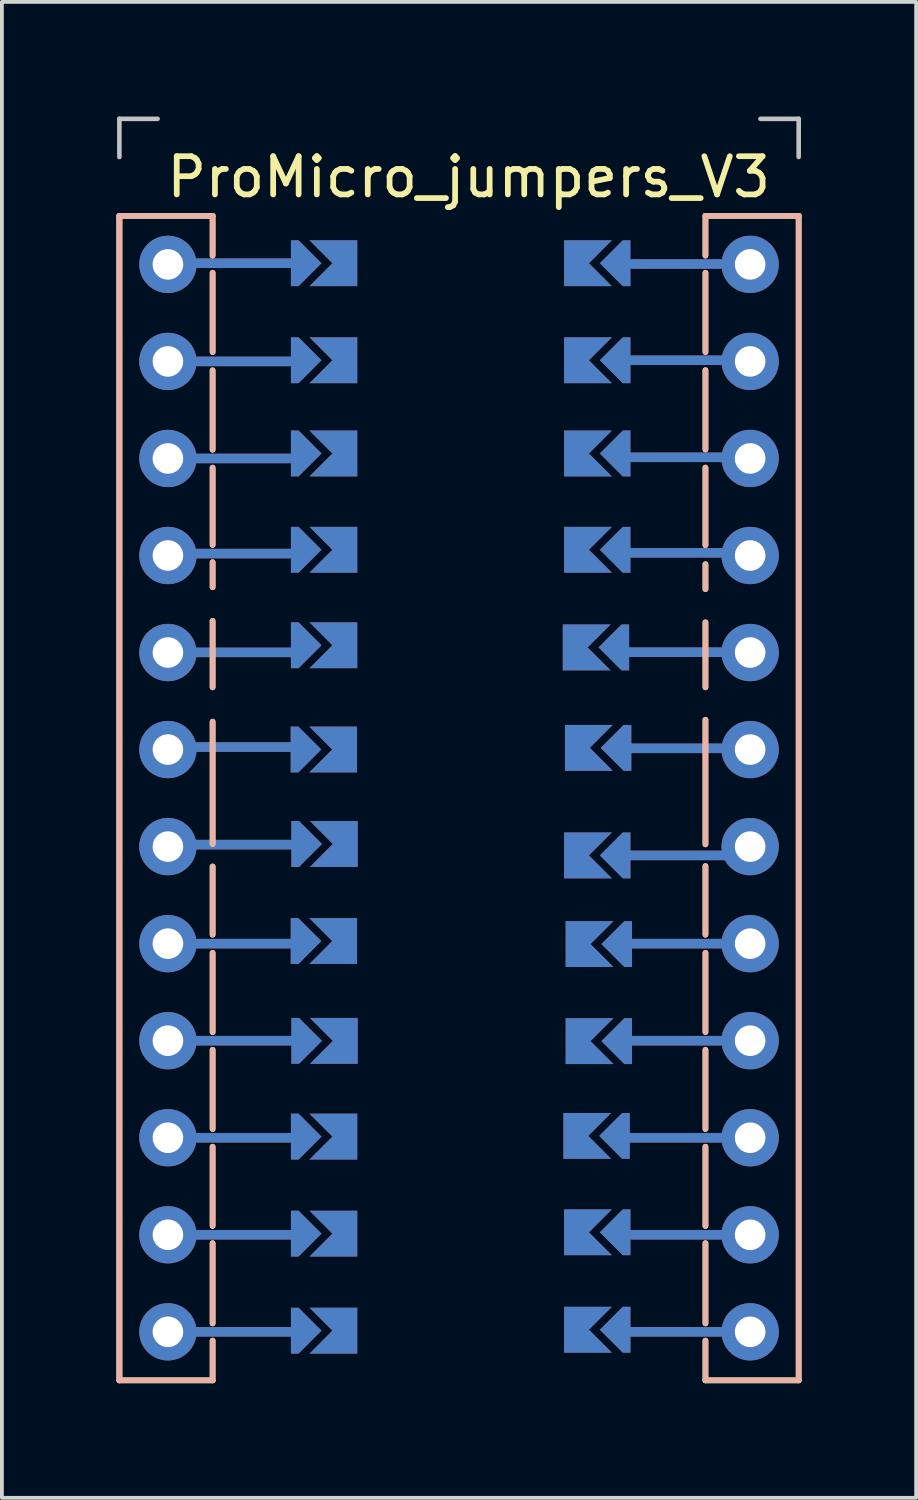
<source format=kicad_pcb>
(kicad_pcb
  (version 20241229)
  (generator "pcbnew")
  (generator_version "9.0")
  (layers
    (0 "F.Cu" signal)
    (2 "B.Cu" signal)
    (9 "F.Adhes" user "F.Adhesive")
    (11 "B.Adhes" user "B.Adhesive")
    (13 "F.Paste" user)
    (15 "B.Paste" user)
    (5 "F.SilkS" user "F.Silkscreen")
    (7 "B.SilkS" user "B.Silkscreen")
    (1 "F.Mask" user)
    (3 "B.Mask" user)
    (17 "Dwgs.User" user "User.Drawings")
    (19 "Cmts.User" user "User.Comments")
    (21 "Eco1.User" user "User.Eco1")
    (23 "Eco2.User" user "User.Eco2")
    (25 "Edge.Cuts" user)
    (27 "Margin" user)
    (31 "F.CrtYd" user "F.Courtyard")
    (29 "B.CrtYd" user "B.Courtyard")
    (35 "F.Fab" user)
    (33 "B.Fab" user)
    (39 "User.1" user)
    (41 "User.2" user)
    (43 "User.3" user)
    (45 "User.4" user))
  (footprint "ProMicro_jumpers_V3"
    (layer "F.Cu")
    (at 8.965 17.84)
    (property "Reference" "ProMicro_jumpers_V3" (at 0.254 -16.256 0) (layer "F.SilkS") (effects (font (size 1 1) (thickness 0.15))))
    (attr dnp)
    (fp_line (start -8.89 -15.24) (end -8.89 15.24) (stroke (width 0.15) (type solid)) (layer "F.SilkS"))
    (fp_line (start -8.89 -15.24) (end -6.45 -15.24) (stroke (width 0.15) (type solid)) (layer "F.SilkS"))
    (fp_line (start -6.45 -14.2) (end -6.45 -15.24) (stroke (width 0.15) (type solid)) (layer "F.SilkS"))
    (fp_line (start -6.45 -13.75) (end -6.45 -11.675) (stroke (width 0.15) (type solid)) (layer "F.SilkS"))
    (fp_line (start -6.45 -11.2) (end -6.45 -9.125) (stroke (width 0.15) (type solid)) (layer "F.SilkS"))
    (fp_line (start -6.45 -8.65) (end -6.45 -6.625) (stroke (width 0.15) (type solid)) (layer "F.SilkS"))
    (fp_line (start -6.45 -6.175) (end -6.45 -5.52) (stroke (width 0.15) (type solid)) (layer "F.SilkS"))
    (fp_line (start -6.45 -4.64) (end -6.45 -2.9) (stroke (width 0.15) (type solid)) (layer "F.SilkS"))
    (fp_line (start -6.45 -2) (end -6.45 1.2) (stroke (width 0.15) (type solid)) (layer "F.SilkS"))
    (fp_line (start -6.45 1.79) (end -6.45 3.575) (stroke (width 0.15) (type solid)) (layer "F.SilkS"))
    (fp_line (start -6.45 4.05) (end -6.45 6.125) (stroke (width 0.15) (type solid)) (layer "F.SilkS"))
    (fp_line (start -6.45 6.588) (end -6.45 8.662) (stroke (width 0.15) (type solid)) (layer "F.SilkS"))
    (fp_line (start -6.45 9.125) (end -6.45 11.2) (stroke (width 0.15) (type solid)) (layer "F.SilkS"))
    (fp_line (start -6.45 11.65) (end -6.45 13.75) (stroke (width 0.15) (type solid)) (layer "F.SilkS"))
    (fp_line (start -6.45 14.2) (end -6.45 15.24) (stroke (width 0.15) (type solid)) (layer "F.SilkS"))
    (fp_line (start -6.45 15.24) (end -8.89 15.24) (stroke (width 0.15) (type solid)) (layer "F.SilkS"))
    (fp_line (start 6.45 -15.24) (end 8.89 -15.24) (stroke (width 0.15) (type solid)) (layer "F.SilkS"))
    (fp_line (start 6.45 -14.2) (end 6.45 -15.24) (stroke (width 0.15) (type solid)) (layer "F.SilkS"))
    (fp_line (start 6.45 -13.75) (end 6.45 -11.675) (stroke (width 0.15) (type solid)) (layer "F.SilkS"))
    (fp_line (start 6.45 -11.2) (end 6.45 -9.125) (stroke (width 0.15) (type solid)) (layer "F.SilkS"))
    (fp_line (start 6.45 -8.65) (end 6.45 -6.62) (stroke (width 0.15) (type solid)) (layer "F.SilkS"))
    (fp_line (start 6.45 -6.125) (end 6.45 -5.47) (stroke (width 0.15) (type solid)) (layer "F.SilkS"))
    (fp_line (start 6.45 -4.6) (end 6.45 -2.9) (stroke (width 0.15) (type solid)) (layer "F.SilkS"))
    (fp_line (start 6.45 -2.05) (end 6.45 1.21) (stroke (width 0.15) (type solid)) (layer "F.SilkS"))
    (fp_line (start 6.45 1.78) (end 6.45 3.575) (stroke (width 0.15) (type solid)) (layer "F.SilkS"))
    (fp_line (start 6.45 4.05) (end 6.45 6.125) (stroke (width 0.15) (type solid)) (layer "F.SilkS"))
    (fp_line (start 6.45 6.588) (end 6.45 8.662) (stroke (width 0.15) (type solid)) (layer "F.SilkS"))
    (fp_line (start 6.45 9.125) (end 6.45 11.2) (stroke (width 0.15) (type solid)) (layer "F.SilkS"))
    (fp_line (start 6.45 11.65) (end 6.45 13.75) (stroke (width 0.15) (type solid)) (layer "F.SilkS"))
    (fp_line (start 6.45 14.2) (end 6.45 15.24) (stroke (width 0.15) (type solid)) (layer "F.SilkS"))
    (fp_line (start 6.45 15.24) (end 8.89 15.24) (stroke (width 0.15) (type solid)) (layer "F.SilkS"))
    (fp_line (start 8.89 -15.24) (end 8.89 15.24) (stroke (width 0.15) (type solid)) (layer "F.SilkS"))
    (fp_line (start -8.89 -15.24) (end -8.89 15.24) (stroke (width 0.15) (type solid)) (layer "B.SilkS"))
    (fp_line (start -8.89 -15.24) (end -8.89 15.24) (stroke (width 0.15) (type solid)) (layer "B.SilkS"))
    (fp_line (start -8.89 -15.24) (end -6.45 -15.24) (stroke (width 0.15) (type solid)) (layer "B.SilkS"))
    (fp_line (start -6.45 -14.2) (end -6.45 -15.24) (stroke (width 0.15) (type solid)) (layer "B.SilkS"))
    (fp_line (start -6.45 -13.75) (end -6.45 -11.675) (stroke (width 0.15) (type solid)) (layer "B.SilkS"))
    (fp_line (start -6.45 -11.19) (end -6.45 -9.115) (stroke (width 0.15) (type solid)) (layer "B.SilkS"))
    (fp_line (start -6.45 -8.65) (end -6.45 -6.63) (stroke (width 0.15) (type solid)) (layer "B.SilkS"))
    (fp_line (start -6.45 -6.175) (end -6.45 -5.52) (stroke (width 0.15) (type solid)) (layer "B.SilkS"))
    (fp_line (start -6.45 -4.64) (end -6.45 -2.9) (stroke (width 0.15) (type solid)) (layer "B.SilkS"))
    (fp_line (start -6.45 -2) (end -6.45 1.2) (stroke (width 0.15) (type solid)) (layer "B.SilkS"))
    (fp_line (start -6.45 1.79) (end -6.45 3.575) (stroke (width 0.15) (type solid)) (layer "B.SilkS"))
    (fp_line (start -6.45 4.05) (end -6.45 6.125) (stroke (width 0.15) (type solid)) (layer "B.SilkS"))
    (fp_line (start -6.45 6.588) (end -6.45 8.662) (stroke (width 0.15) (type solid)) (layer "B.SilkS"))
    (fp_line (start -6.45 9.125) (end -6.45 11.2) (stroke (width 0.15) (type solid)) (layer "B.SilkS"))
    (fp_line (start -6.45 11.65) (end -6.45 13.75) (stroke (width 0.15) (type solid)) (layer "B.SilkS"))
    (fp_line (start -6.45 14.2) (end -6.45 15.24) (stroke (width 0.15) (type solid)) (layer "B.SilkS"))
    (fp_line (start -6.45 15.24) (end -8.89 15.24) (stroke (width 0.15) (type solid)) (layer "B.SilkS"))
    (fp_line (start 6.45 -15.24) (end 8.89 -15.24) (stroke (width 0.15) (type solid)) (layer "B.SilkS"))
    (fp_line (start 6.45 -14.2) (end 6.45 -15.24) (stroke (width 0.15) (type solid)) (layer "B.SilkS"))
    (fp_line (start 6.45 -13.75) (end 6.45 -11.675) (stroke (width 0.15) (type solid)) (layer "B.SilkS"))
    (fp_line (start 6.45 -11.2) (end 6.45 -9.125) (stroke (width 0.15) (type solid)) (layer "B.SilkS"))
    (fp_line (start 6.45 -8.65) (end 6.45 -6.62) (stroke (width 0.15) (type solid)) (layer "B.SilkS"))
    (fp_line (start 6.45 -6.115) (end 6.45 -5.47) (stroke (width 0.15) (type solid)) (layer "B.SilkS"))
    (fp_line (start 6.45 -4.6) (end 6.45 -2.9) (stroke (width 0.15) (type solid)) (layer "B.SilkS"))
    (fp_line (start 6.45 -2.05) (end 6.45 1.21) (stroke (width 0.15) (type solid)) (layer "B.SilkS"))
    (fp_line (start 6.45 1.78) (end 6.45 3.575) (stroke (width 0.15) (type solid)) (layer "B.SilkS"))
    (fp_line (start 6.45 4.05) (end 6.45 6.125) (stroke (width 0.15) (type solid)) (layer "B.SilkS"))
    (fp_line (start 6.45 6.588) (end 6.45 8.662) (stroke (width 0.15) (type solid)) (layer "B.SilkS"))
    (fp_line (start 6.45 9.125) (end 6.45 11.2) (stroke (width 0.15) (type solid)) (layer "B.SilkS"))
    (fp_line (start 6.45 11.65) (end 6.45 13.75) (stroke (width 0.15) (type solid)) (layer "B.SilkS"))
    (fp_line (start 6.45 14.2) (end 6.45 15.24) (stroke (width 0.15) (type solid)) (layer "B.SilkS"))
    (fp_line (start 6.45 15.24) (end 8.89 15.24) (stroke (width 0.15) (type solid)) (layer "B.SilkS"))
    (fp_line (start 8.89 -15.24) (end 8.89 15.24) (stroke (width 0.15) (type solid)) (layer "B.SilkS"))
    (fp_line (start -8.89 -17.78) (end -8.89 -16.78) (stroke (width 0.12) (type solid)) (layer "Dwgs.User"))
    (fp_line (start -8.89 -17.78) (end -7.89 -17.78) (stroke (width 0.12) (type solid)) (layer "Dwgs.User"))
    (fp_line (start 8.89 -17.78) (end 7.89 -17.78) (stroke (width 0.12) (type solid)) (layer "Dwgs.User"))
    (fp_line (start 8.89 -17.78) (end 8.89 -16.78) (stroke (width 0.12) (type solid)) (layer "Dwgs.User"))
    (pad "0" smd custom (at 3 -14 270) (size 1.2 0.5) (layers "B.Cu" "B.Mask") (options (anchor rect)) (primitives (gr_poly (pts (xy 0.6 0) (xy -0.6 0) (xy -0.6 -1) (xy 0 -0.4) (xy 0.6 -1)) (width 0) (fill yes))))
    (pad "1" smd custom (at -2.914 -11.46 90) (size 1.2 0.5) (layers "F.Cu" "F.Mask") (options (anchor rect)) (primitives (gr_poly (pts (xy 0.6 0) (xy -0.6 0) (xy -0.6 -1) (xy 0 -0.4) (xy 0.6 -1)) (width 0) (fill yes))))
    (pad "1" smd custom (at 3 -11.46 270) (size 1.2 0.5) (layers "B.Cu" "B.Mask") (options (anchor rect)) (primitives (gr_poly (pts (xy 0.6 0) (xy -0.6 0) (xy -0.6 -1) (xy 0 -0.4) (xy 0.6 -1)) (width 0) (fill yes))))
    (pad "2" smd custom (at -2.914 -4 90) (size 1.2 0.5) (layers "F.Cu" "F.Mask") (options (anchor rect)) (primitives (gr_poly (pts (xy 0.6 0) (xy -0.6 0) (xy -0.6 -1) (xy 0 -0.4) (xy 0.6 -1)) (width 0) (fill yes))))
    (pad "2" smd custom (at 2.966 -3.944 270) (size 1.2 0.5) (layers "B.Cu" "B.Mask") (options (anchor rect)) (primitives (gr_poly (pts (xy 0.6 0) (xy -0.6 0) (xy -0.6 -1) (xy 0 -0.4) (xy 0.6 -1)) (width 0) (fill yes))))
    (pad "3" smd custom (at -2.92 -1.272 90) (size 1.2 0.5) (layers "F.Cu" "F.Mask") (options (anchor rect)) (primitives (gr_poly (pts (xy 0.6 0) (xy -0.6 0) (xy -0.6 -1) (xy 0 -0.4) (xy 0.6 -1)) (width 0) (fill yes))))
    (pad "3" smd custom (at 3.023 -1.315 270) (size 1.2 0.5) (layers "B.Cu" "B.Mask") (options (anchor rect)) (primitives (gr_poly (pts (xy 0.6 0) (xy -0.6 0) (xy -0.6 -1) (xy 0 -0.4) (xy 0.6 -1)) (width 0) (fill yes))))
    (pad "3V3" smd custom (at -2.914 -6.5 90) (size 1.2 0.5) (layers "B.Cu" "B.Mask") (options (anchor rect)) (primitives (gr_poly (pts (xy 0.6 0) (xy -0.6 0) (xy -0.6 -1) (xy 0 -0.4) (xy 0.6 -1)) (width 0) (fill yes))))
    (pad "3V3" smd custom (at 3 -6.5 270) (size 1.2 0.5) (layers "F.Cu" "F.Mask") (options (anchor rect)) (primitives (gr_poly (pts (xy 0.6 0) (xy -0.6 0) (xy -0.6 -1) (xy 0 -0.4) (xy 0.6 -1)) (width 0) (fill yes))))
    (pad "4" smd custom (at -2.902 1.201 90) (size 1.2 0.5) (layers "F.Cu" "F.Mask") (options (anchor rect)) (primitives (gr_poly (pts (xy 0.6 0) (xy -0.6 0) (xy -0.6 -1) (xy 0 -0.4) (xy 0.6 -1)) (width 0) (fill yes))))
    (pad "4" smd custom (at 3 1.5 270) (size 1.2 0.5) (layers "B.Cu" "B.Mask") (options (anchor rect)) (primitives (gr_poly (pts (xy 0.6 0) (xy -0.6 0) (xy -0.6 -1) (xy 0 -0.4) (xy 0.6 -1)) (width 0) (fill yes))))
    (pad "5" smd custom (at -2.919 3.742 90) (size 1.2 0.5) (layers "F.Cu" "F.Mask") (options (anchor rect)) (primitives (gr_poly (pts (xy 0.6 0) (xy -0.6 0) (xy -0.6 -1) (xy 0 -0.4) (xy 0.6 -1)) (width 0) (fill yes))))
    (pad "5" smd custom (at 3.041 3.821 270) (size 1.2 0.5) (layers "B.Cu" "B.Mask") (options (anchor rect)) (primitives (gr_poly (pts (xy 0.6 0) (xy -0.6 0) (xy -0.6 -1) (xy 0 -0.4) (xy 0.6 -1)) (width 0) (fill yes))))
    (pad "5V" smd custom (at -2.914 -14 90) (size 1.2 0.5) (layers "B.Cu" "B.Mask") (options (anchor rect)) (primitives (gr_poly (pts (xy 0.6 0) (xy -0.6 0) (xy -0.6 -1) (xy 0 -0.4) (xy 0.6 -1)) (width 0) (fill yes))))
    (pad "5V" smd custom (at 3 -14 270) (size 1.2 0.5) (layers "F.Cu" "F.Mask") (options (anchor rect)) (primitives (gr_poly (pts (xy 0.6 0) (xy -0.6 0) (xy -0.6 -1) (xy 0 -0.4) (xy 0.6 -1)) (width 0) (fill yes))))
    (pad "6" smd custom (at -2.902 6.355 90) (size 1.2 0.5) (layers "F.Cu" "F.Mask") (options (anchor rect)) (primitives (gr_poly (pts (xy 0.6 0) (xy -0.6 0) (xy -0.6 -1) (xy 0 -0.4) (xy 0.6 -1)) (width 0) (fill yes))))
    (pad "6" smd custom (at 3.041 6.361 270) (size 1.2 0.5) (layers "B.Cu" "B.Mask") (options (anchor rect)) (primitives (gr_poly (pts (xy 0.6 0) (xy -0.6 0) (xy -0.6 -1) (xy 0 -0.4) (xy 0.6 -1)) (width 0) (fill yes))))
    (pad "7" smd custom (at -2.914 8.86 90) (size 1.2 0.5) (layers "F.Cu" "F.Mask") (options (anchor rect)) (primitives (gr_poly (pts (xy 0.6 0) (xy -0.6 0) (xy -0.6 -1) (xy 0 -0.4) (xy 0.6 -1)) (width 0) (fill yes))))
    (pad "7" smd custom (at 2.983 8.842 270) (size 1.2 0.5) (layers "B.Cu" "B.Mask") (options (anchor rect)) (primitives (gr_poly (pts (xy 0.6 0) (xy -0.6 0) (xy -0.6 -1) (xy 0 -0.4) (xy 0.6 -1)) (width 0) (fill yes))))
    (pad "8" smd custom (at -2.914 11.4 90) (size 1.2 0.5) (layers "F.Cu" "F.Mask") (options (anchor rect)) (primitives (gr_poly (pts (xy 0.6 0) (xy -0.6 0) (xy -0.6 -1) (xy 0 -0.4) (xy 0.6 -1)) (width 0) (fill yes))))
    (pad "8" smd custom (at 3 11.365 270) (size 1.2 0.5) (layers "B.Cu" "B.Mask") (options (anchor rect)) (primitives (gr_poly (pts (xy 0.6 0) (xy -0.6 0) (xy -0.6 -1) (xy 0 -0.4) (xy 0.6 -1)) (width 0) (fill yes))))
    (pad "9" smd custom (at -2.914 13.94 90) (size 1.2 0.5) (layers "F.Cu" "F.Mask") (options (anchor rect)) (primitives (gr_poly (pts (xy 0.6 0) (xy -0.6 0) (xy -0.6 -1) (xy 0 -0.4) (xy 0.6 -1)) (width 0) (fill yes))))
    (pad "9" smd custom (at 3 13.915 270) (size 1.2 0.5) (layers "B.Cu" "B.Mask") (options (anchor rect)) (primitives (gr_poly (pts (xy 0.6 0) (xy -0.6 0) (xy -0.6 -1) (xy 0 -0.4) (xy 0.6 -1)) (width 0) (fill yes))))
    (pad "20" smd custom (at -2.914 8.86 90) (size 1.2 0.5) (layers "B.Cu" "B.Mask") (options (anchor rect)) (primitives (gr_poly (pts (xy 0.6 0) (xy -0.6 0) (xy -0.6 -1) (xy 0 -0.4) (xy 0.6 -1)) (width 0) (fill yes))))
    (pad "20" smd custom (at 2.983 8.842 270) (size 1.2 0.5) (layers "F.Cu" "F.Mask") (options (anchor rect)) (primitives (gr_poly (pts (xy 0.6 0) (xy -0.6 0) (xy -0.6 -1) (xy 0 -0.4) (xy 0.6 -1)) (width 0) (fill yes))))
    (pad "21" smd custom (at -2.914 13.94 90) (size 1.2 0.5) (layers "B.Cu" "B.Mask") (options (anchor rect)) (primitives (gr_poly (pts (xy 0.6 0) (xy -0.6 0) (xy -0.6 -1) (xy 0 -0.4) (xy 0.6 -1)) (width 0) (fill yes))))
    (pad "21" smd custom (at 3 13.915 270) (size 1.2 0.5) (layers "F.Cu" "F.Mask") (options (anchor rect)) (primitives (gr_poly (pts (xy 0.6 0) (xy -0.6 0) (xy -0.6 -1) (xy 0 -0.4) (xy 0.6 -1)) (width 0) (fill yes))))
    (pad "22" smd custom (at -2.902 6.355 90) (size 1.2 0.5) (layers "B.Cu" "B.Mask") (options (anchor rect)) (primitives (gr_poly (pts (xy 0.6 0) (xy -0.6 0) (xy -0.6 -1) (xy 0 -0.4) (xy 0.6 -1)) (width 0) (fill yes))))
    (pad "22" smd custom (at 3.041 6.361 270) (size 1.2 0.5) (layers "F.Cu" "F.Mask") (options (anchor rect)) (primitives (gr_poly (pts (xy 0.6 0) (xy -0.6 0) (xy -0.6 -1) (xy 0 -0.4) (xy 0.6 -1)) (width 0) (fill yes))))
    (pad "23" smd custom (at -2.914 11.4 90) (size 1.2 0.5) (layers "B.Cu" "B.Mask") (options (anchor rect)) (primitives (gr_poly (pts (xy 0.6 0) (xy -0.6 0) (xy -0.6 -1) (xy 0 -0.4) (xy 0.6 -1)) (width 0) (fill yes))))
    (pad "23" smd custom (at 3 11.365 270) (size 1.2 0.5) (layers "F.Cu" "F.Mask") (options (anchor rect)) (primitives (gr_poly (pts (xy 0.6 0) (xy -0.6 0) (xy -0.6 -1) (xy 0 -0.4) (xy 0.6 -1)) (width 0) (fill yes))))
    (pad "26" smd custom (at -2.919 3.742 90) (size 1.2 0.5) (layers "B.Cu" "B.Mask") (options (anchor rect)) (primitives (gr_poly (pts (xy 0.6 0) (xy -0.6 0) (xy -0.6 -1) (xy 0 -0.4) (xy 0.6 -1)) (width 0) (fill yes))))
    (pad "26" smd custom (at 3.041 3.821 270) (size 1.2 0.5) (layers "F.Cu" "F.Mask") (options (anchor rect)) (primitives (gr_poly (pts (xy 0.6 0) (xy -0.6 0) (xy -0.6 -1) (xy 0 -0.4) (xy 0.6 -1)) (width 0) (fill yes))))
    (pad "27" smd custom (at -2.902 1.201 90) (size 1.2 0.5) (layers "B.Cu" "B.Mask") (options (anchor rect)) (primitives (gr_poly (pts (xy 0.6 0) (xy -0.6 0) (xy -0.6 -1) (xy 0 -0.4) (xy 0.6 -1)) (width 0) (fill yes))))
    (pad "27" smd custom (at 3 1.5 270) (size 1.2 0.5) (layers "F.Cu" "F.Mask") (options (anchor rect)) (primitives (gr_poly (pts (xy 0.6 0) (xy -0.6 0) (xy -0.6 -1) (xy 0 -0.4) (xy 0.6 -1)) (width 0) (fill yes))))
    (pad "28" smd custom (at -2.92 -1.272 90) (size 1.2 0.5) (layers "B.Cu" "B.Mask") (options (anchor rect)) (primitives (gr_poly (pts (xy 0.6 0) (xy -0.6 0) (xy -0.6 -1) (xy 0 -0.4) (xy 0.6 -1)) (width 0) (fill yes))))
    (pad "28" smd custom (at 3.023 -1.315 270) (size 1.2 0.5) (layers "F.Cu" "F.Mask") (options (anchor rect)) (primitives (gr_poly (pts (xy 0.6 0) (xy -0.6 0) (xy -0.6 -1) (xy 0 -0.4) (xy 0.6 -1)) (width 0) (fill yes))))
    (pad "29" smd custom (at -2.914 -4 90) (size 1.2 0.5) (layers "B.Cu" "B.Mask") (options (anchor rect)) (primitives (gr_poly (pts (xy 0.6 0) (xy -0.6 0) (xy -0.6 -1) (xy 0 -0.4) (xy 0.6 -1)) (width 0) (fill yes))))
    (pad "29" smd custom (at 2.966 -3.944 270) (size 1.2 0.5) (layers "F.Cu" "F.Mask") (options (anchor rect)) (primitives (gr_poly (pts (xy 0.6 0) (xy -0.6 0) (xy -0.6 -1) (xy 0 -0.4) (xy 0.6 -1)) (width 0) (fill yes))))
    (pad "99" smd custom (at -2.914 -14 90) (size 1.2 0.5) (layers "F.Cu" "F.Mask") (options (anchor rect)) (primitives (gr_poly (pts (xy 0.6 0) (xy -0.6 0) (xy -0.6 -1) (xy 0 -0.4) (xy 0.6 -1)) (width 0) (fill yes))))
    (pad "A" thru_hole circle (at -7.62 -13.97 270) (size 1.5 1.5) (drill 0.8) (layers "*.Cu" "*.Mask"))
    (pad "A" smd custom (at -5.5 -14 90) (size 0.25 3) (layers "F.Cu") (options (anchor rect)) (primitives))
    (pad "A" smd custom (at -5.5 -14 90) (size 0.25 3) (layers "B.Cu") (options (anchor rect)) (primitives))
    (pad "A" smd custom (at -4 -14 90) (size 0.1 0.1) (layers "F.Cu" "F.Mask") (options (anchor rect)) (primitives (gr_poly (pts (xy 0.6 -0.2) (xy 0 0.4) (xy -0.6 -0.2) (xy -0.6 -0.4) (xy 0.6 -0.4)) (width 0) (fill yes))))
    (pad "A" smd custom (at -4 -14 90) (size 0.1 0.1) (layers "B.Cu" "B.Mask") (options (anchor rect)) (primitives (gr_poly (pts (xy 0.6 -0.2) (xy 0 0.4) (xy -0.6 -0.2) (xy -0.6 -0.4) (xy 0.6 -0.4)) (width 0) (fill yes))))
    (pad "B" thru_hole circle (at -7.62 -11.43 270) (size 1.5 1.5) (drill 0.8) (layers "*.Cu" "*.Mask"))
    (pad "B" smd custom (at -5.5 -11.43 90) (size 0.25 3) (layers "F.Cu") (options (anchor rect)) (primitives))
    (pad "B" smd custom (at -5.5 -11.43 90) (size 0.25 3) (layers "B.Cu") (options (anchor rect)) (primitives))
    (pad "B" smd custom (at -4 -11.46 90) (size 0.1 0.1) (layers "F.Cu" "F.Mask") (options (anchor rect)) (primitives (gr_poly (pts (xy 0.6 -0.2) (xy 0 0.4) (xy -0.6 -0.2) (xy -0.6 -0.4) (xy 0.6 -0.4)) (width 0) (fill yes))))
    (pad "B" smd custom (at -4 -11.46 90) (size 0.1 0.1) (layers "B.Cu" "B.Mask") (options (anchor rect)) (primitives (gr_poly (pts (xy 0.6 -0.2) (xy 0 0.4) (xy -0.6 -0.2) (xy -0.6 -0.4) (xy 0.6 -0.4)) (width 0) (fill yes))))
    (pad "C" thru_hole circle (at -7.62 -8.89 270) (size 1.5 1.5) (drill 0.8) (layers "*.Cu" "*.Mask"))
    (pad "C" smd custom (at -5.5 -8.89 90) (size 0.25 3) (layers "F.Cu") (options (anchor rect)) (primitives))
    (pad "C" smd custom (at -5.5 -8.89 90) (size 0.25 3) (layers "B.Cu") (options (anchor rect)) (primitives))
    (pad "C" smd custom (at -4 -9.02 90) (size 0.1 0.1) (layers "F.Cu" "F.Mask") (options (anchor rect)) (primitives (gr_poly (pts (xy 0.6 -0.2) (xy 0 0.4) (xy -0.6 -0.2) (xy -0.6 -0.4) (xy 0.6 -0.4)) (width 0) (fill yes))))
    (pad "C" smd custom (at -4 -9.02 90) (size 0.1 0.1) (layers "B.Cu" "B.Mask") (options (anchor rect)) (primitives (gr_poly (pts (xy 0.6 -0.2) (xy 0 0.4) (xy -0.6 -0.2) (xy -0.6 -0.4) (xy 0.6 -0.4)) (width 0) (fill yes))))
    (pad "D" thru_hole circle (at -7.62 -6.35 270) (size 1.5 1.5) (drill 0.8) (layers "*.Cu" "*.Mask"))
    (pad "D" smd custom (at -5.5 -6.4 90) (size 0.25 3) (layers "F.Cu") (options (anchor rect)) (primitives))
    (pad "D" smd custom (at -5.5 -6.4 90) (size 0.25 3) (layers "B.Cu") (options (anchor rect)) (primitives))
    (pad "D" smd custom (at -4 -6.5 90) (size 0.1 0.1) (layers "F.Cu" "F.Mask") (options (anchor rect)) (primitives (gr_poly (pts (xy 0.6 -0.2) (xy 0 0.4) (xy -0.6 -0.2) (xy -0.6 -0.4) (xy 0.6 -0.4)) (width 0) (fill yes))))
    (pad "D" smd custom (at -4 -6.5 90) (size 0.1 0.1) (layers "B.Cu" "B.Mask") (options (anchor rect)) (primitives (gr_poly (pts (xy 0.6 -0.2) (xy 0 0.4) (xy -0.6 -0.2) (xy -0.6 -0.4) (xy 0.6 -0.4)) (width 0) (fill yes))))
    (pad "E" thru_hole circle (at -7.62 -3.81 270) (size 1.5 1.5) (drill 0.8) (layers "*.Cu" "*.Mask"))
    (pad "E" smd custom (at -5.674 -3.814 90) (size 0.25 3) (layers "F.Cu") (options (anchor rect)) (primitives))
    (pad "E" smd custom (at -5.674 -3.814 90) (size 0.25 3) (layers "B.Cu") (options (anchor rect)) (primitives))
    (pad "E" smd custom (at -4 -4 90) (size 0.1 0.1) (layers "F.Cu" "F.Mask") (options (anchor rect)) (primitives (gr_poly (pts (xy 0.6 -0.2) (xy 0 0.4) (xy -0.6 -0.2) (xy -0.6 -0.4) (xy 0.6 -0.4)) (width 0) (fill yes))))
    (pad "E" smd custom (at -4 -4 90) (size 0.1 0.1) (layers "B.Cu" "B.Mask") (options (anchor rect)) (primitives (gr_poly (pts (xy 0.6 -0.2) (xy 0 0.4) (xy -0.6 -0.2) (xy -0.6 -0.4) (xy 0.6 -0.4)) (width 0) (fill yes))))
    (pad "F" thru_hole circle (at -7.62 -1.27 270) (size 1.5 1.5) (drill 0.8) (layers "*.Cu" "*.Mask"))
    (pad "F" smd custom (at -5.632 -1.336 90) (size 0.25 3) (layers "F.Cu") (options (anchor rect)) (primitives))
    (pad "F" smd custom (at -5.632 -1.336 90) (size 0.25 3) (layers "B.Cu") (options (anchor rect)) (primitives))
    (pad "F" smd custom (at -4.006 -1.272 90) (size 0.1 0.1) (layers "F.Cu" "F.Mask") (options (anchor rect)) (primitives (gr_poly (pts (xy 0.6 -0.2) (xy 0 0.4) (xy -0.6 -0.2) (xy -0.6 -0.4) (xy 0.6 -0.4)) (width 0) (fill yes))))
    (pad "F" smd custom (at -4.006 -1.272 90) (size 0.1 0.1) (layers "B.Cu" "B.Mask") (options (anchor rect)) (primitives (gr_poly (pts (xy 0.6 -0.2) (xy 0 0.4) (xy -0.6 -0.2) (xy -0.6 -0.4) (xy 0.6 -0.4)) (width 0) (fill yes))))
    (pad "G" thru_hole circle (at -7.62 1.27 270) (size 1.5 1.5) (drill 0.8) (layers "*.Cu" "*.Mask"))
    (pad "G" smd custom (at -5.612 1.218 90) (size 0.25 3) (layers "F.Cu") (options (anchor rect)) (primitives))
    (pad "G" smd custom (at -5.612 1.218 90) (size 0.25 3) (layers "B.Cu") (options (anchor rect)) (primitives))
    (pad "G" smd custom (at -3.988 1.201 90) (size 0.1 0.1) (layers "F.Cu" "F.Mask") (options (anchor rect)) (primitives (gr_poly (pts (xy 0.6 -0.2) (xy 0 0.4) (xy -0.6 -0.2) (xy -0.6 -0.4) (xy 0.6 -0.4)) (width 0) (fill yes))))
    (pad "G" smd custom (at -3.988 1.201 90) (size 0.1 0.1) (layers "B.Cu" "B.Mask") (options (anchor rect)) (primitives (gr_poly (pts (xy 0.6 -0.2) (xy 0 0.4) (xy -0.6 -0.2) (xy -0.6 -0.4) (xy 0.6 -0.4)) (width 0) (fill yes))))
    (pad "GND" smd custom (at -2.914 -11.46 90) (size 1.2 0.5) (layers "B.Cu" "B.Mask") (options (anchor rect)) (primitives (gr_poly (pts (xy 0.6 0) (xy -0.6 0) (xy -0.6 -1) (xy 0 -0.4) (xy 0.6 -1)) (width 0) (fill yes))))
    (pad "GND" smd custom (at -2.914 -9.02 90) (size 1.2 0.5) (layers "F.Cu" "F.Mask") (options (anchor rect)) (primitives (gr_poly (pts (xy 0.6 0) (xy -0.6 0) (xy -0.6 -1) (xy 0 -0.4) (xy 0.6 -1)) (width 0) (fill yes))))
    (pad "GND" smd custom (at -2.914 -6.5 90) (size 1.2 0.5) (layers "F.Cu" "F.Mask") (options (anchor rect)) (primitives (gr_poly (pts (xy 0.6 0) (xy -0.6 0) (xy -0.6 -1) (xy 0 -0.4) (xy 0.6 -1)) (width 0) (fill yes))))
    (pad "GND" smd custom (at 3 -11.46 270) (size 1.2 0.5) (layers "F.Cu" "F.Mask") (options (anchor rect)) (primitives (gr_poly (pts (xy 0.6 0) (xy -0.6 0) (xy -0.6 -1) (xy 0 -0.4) (xy 0.6 -1)) (width 0) (fill yes))))
    (pad "GND" smd custom (at 3 -9.02 270) (size 1.2 0.5) (layers "B.Cu" "B.Mask") (options (anchor rect)) (primitives (gr_poly (pts (xy 0.6 0) (xy -0.6 0) (xy -0.6 -1) (xy 0 -0.4) (xy 0.6 -1)) (width 0) (fill yes))))
    (pad "GND" smd custom (at 3 -6.5 270) (size 1.2 0.5) (layers "B.Cu" "B.Mask") (options (anchor rect)) (primitives (gr_poly (pts (xy 0.6 0) (xy -0.6 0) (xy -0.6 -1) (xy 0 -0.4) (xy 0.6 -1)) (width 0) (fill yes))))
    (pad "H" thru_hole circle (at -7.62 3.81 270) (size 1.5 1.5) (drill 0.8) (layers "*.Cu" "*.Mask"))
    (pad "H" smd custom (at -5.5 3.81 90) (size 0.25 3) (layers "F.Cu") (options (anchor rect)) (primitives))
    (pad "H" smd custom (at -5.5 3.81 90) (size 0.25 3) (layers "B.Cu") (options (anchor rect)) (primitives))
    (pad "H" smd custom (at -4.005 3.742 90) (size 0.1 0.1) (layers "F.Cu" "F.Mask") (options (anchor rect)) (primitives (gr_poly (pts (xy 0.6 -0.2) (xy 0 0.4) (xy -0.6 -0.2) (xy -0.6 -0.4) (xy 0.6 -0.4)) (width 0) (fill yes))))
    (pad "H" smd custom (at -4.005 3.742 90) (size 0.1 0.1) (layers "B.Cu" "B.Mask") (options (anchor rect)) (primitives (gr_poly (pts (xy 0.6 -0.2) (xy 0 0.4) (xy -0.6 -0.2) (xy -0.6 -0.4) (xy 0.6 -0.4)) (width 0) (fill yes))))
    (pad "I" thru_hole circle (at -7.62 6.35 270) (size 1.5 1.5) (drill 0.8) (layers "*.Cu" "*.Mask"))
    (pad "I" smd custom (at -5.5 6.35 90) (size 0.25 3) (layers "F.Cu") (options (anchor rect)) (primitives))
    (pad "I" smd custom (at -5.5 6.35 90) (size 0.25 3) (layers "B.Cu") (options (anchor rect)) (primitives))
    (pad "I" smd custom (at -3.988 6.355 90) (size 0.1 0.1) (layers "F.Cu" "F.Mask") (options (anchor rect)) (primitives (gr_poly (pts (xy 0.6 -0.2) (xy 0 0.4) (xy -0.6 -0.2) (xy -0.6 -0.4) (xy 0.6 -0.4)) (width 0) (fill yes))))
    (pad "I" smd custom (at -3.988 6.355 90) (size 0.1 0.1) (layers "B.Cu" "B.Mask") (options (anchor rect)) (primitives (gr_poly (pts (xy 0.6 -0.2) (xy 0 0.4) (xy -0.6 -0.2) (xy -0.6 -0.4) (xy 0.6 -0.4)) (width 0) (fill yes))))
    (pad "J" thru_hole circle (at -7.62 8.89 270) (size 1.5 1.5) (drill 0.8) (layers "*.Cu" "*.Mask"))
    (pad "J" smd custom (at -5.5 8.89 90) (size 0.25 3) (layers "F.Cu") (options (anchor rect)) (primitives))
    (pad "J" smd custom (at -5.5 8.89 90) (size 0.25 3) (layers "B.Cu") (options (anchor rect)) (primitives))
    (pad "J" smd custom (at -4 8.86 90) (size 0.1 0.1) (layers "F.Cu" "F.Mask") (options (anchor rect)) (primitives (gr_poly (pts (xy 0.6 -0.2) (xy 0 0.4) (xy -0.6 -0.2) (xy -0.6 -0.4) (xy 0.6 -0.4)) (width 0) (fill yes))))
    (pad "J" smd custom (at -4 8.86 90) (size 0.1 0.1) (layers "B.Cu" "B.Mask") (options (anchor rect)) (primitives (gr_poly (pts (xy 0.6 -0.2) (xy 0 0.4) (xy -0.6 -0.2) (xy -0.6 -0.4) (xy 0.6 -0.4)) (width 0) (fill yes))))
    (pad "K" thru_hole circle (at -7.62 11.43 270) (size 1.5 1.5) (drill 0.8) (layers "*.Cu" "*.Mask"))
    (pad "K" smd custom (at -5.5 11.43 90) (size 0.25 3) (layers "F.Cu") (options (anchor rect)) (primitives))
    (pad "K" smd custom (at -5.5 11.43 90) (size 0.25 3) (layers "B.Cu") (options (anchor rect)) (primitives))
    (pad "K" smd custom (at -4 11.4 90) (size 0.1 0.1) (layers "F.Cu" "F.Mask") (options (anchor rect)) (primitives (gr_poly (pts (xy 0.6 -0.2) (xy 0 0.4) (xy -0.6 -0.2) (xy -0.6 -0.4) (xy 0.6 -0.4)) (width 0) (fill yes))))
    (pad "K" smd custom (at -4 11.4 90) (size 0.1 0.1) (layers "B.Cu" "B.Mask") (options (anchor rect)) (primitives (gr_poly (pts (xy 0.6 -0.2) (xy 0 0.4) (xy -0.6 -0.2) (xy -0.6 -0.4) (xy 0.6 -0.4)) (width 0) (fill yes))))
    (pad "L" thru_hole circle (at -7.62 13.97 270) (size 1.5 1.5) (drill 0.8) (layers "*.Cu" "*.Mask"))
    (pad "L" smd custom (at -5.5 13.97 90) (size 0.25 3) (layers "F.Cu") (options (anchor rect)) (primitives))
    (pad "L" smd custom (at -5.5 13.97 90) (size 0.25 3) (layers "B.Cu") (options (anchor rect)) (primitives))
    (pad "L" smd custom (at -4 13.94 90) (size 0.1 0.1) (layers "F.Cu" "F.Mask") (options (anchor rect)) (primitives (gr_poly (pts (xy 0.6 -0.2) (xy 0 0.4) (xy -0.6 -0.2) (xy -0.6 -0.4) (xy 0.6 -0.4)) (width 0) (fill yes))))
    (pad "L" smd custom (at -4 13.94 90) (size 0.1 0.1) (layers "B.Cu" "B.Mask") (options (anchor rect)) (primitives (gr_poly (pts (xy 0.6 -0.2) (xy 0 0.4) (xy -0.6 -0.2) (xy -0.6 -0.4) (xy 0.6 -0.4)) (width 0) (fill yes))))
    (pad "M" smd custom (at 4.086 13.915 270) (size 0.1 0.1) (layers "F.Cu" "F.Mask") (options (anchor rect)) (primitives (gr_poly (pts (xy 0.6 -0.2) (xy 0 0.4) (xy -0.6 -0.2) (xy -0.6 -0.4) (xy 0.6 -0.4)) (width 0) (fill yes))))
    (pad "M" smd custom (at 4.086 13.915 270) (size 0.1 0.1) (layers "B.Cu" "B.Mask") (options (anchor rect)) (primitives (gr_poly (pts (xy 0.6 -0.2) (xy 0 0.4) (xy -0.6 -0.2) (xy -0.6 -0.4) (xy 0.6 -0.4)) (width 0) (fill yes))))
    (pad "M" smd custom (at 5.653 13.97 270) (size 0.25 3) (layers "F.Cu") (options (anchor rect)) (primitives))
    (pad "M" smd custom (at 5.653 13.97 270) (size 0.25 3) (layers "B.Cu") (options (anchor rect)) (primitives))
    (pad "M" thru_hole circle (at 7.62 13.97 270) (size 1.5 1.5) (drill 0.8) (layers "*.Cu" "*.Mask"))
    (pad "N" smd custom (at 4.086 11.365 270) (size 0.1 0.1) (layers "F.Cu" "F.Mask") (options (anchor rect)) (primitives (gr_poly (pts (xy 0.6 -0.2) (xy 0 0.4) (xy -0.6 -0.2) (xy -0.6 -0.4) (xy 0.6 -0.4)) (width 0) (fill yes))))
    (pad "N" smd custom (at 4.086 11.365 270) (size 0.1 0.1) (layers "B.Cu" "B.Mask") (options (anchor rect)) (primitives (gr_poly (pts (xy 0.6 -0.2) (xy 0 0.4) (xy -0.6 -0.2) (xy -0.6 -0.4) (xy 0.6 -0.4)) (width 0) (fill yes))))
    (pad "N" smd custom (at 5.653 11.43 270) (size 0.25 3) (layers "F.Cu") (options (anchor rect)) (primitives))
    (pad "N" smd custom (at 5.653 11.43 270) (size 0.25 3) (layers "B.Cu") (options (anchor rect)) (primitives))
    (pad "N" thru_hole circle (at 7.62 11.43 270) (size 1.5 1.5) (drill 0.8) (layers "*.Cu" "*.Mask"))
    (pad "O" smd custom (at 4.069 8.842 270) (size 0.1 0.1) (layers "F.Cu" "F.Mask") (options (anchor rect)) (primitives (gr_poly (pts (xy 0.6 -0.2) (xy 0 0.4) (xy -0.6 -0.2) (xy -0.6 -0.4) (xy 0.6 -0.4)) (width 0) (fill yes))))
    (pad "O" smd custom (at 4.069 8.842 270) (size 0.1 0.1) (layers "B.Cu" "B.Mask") (options (anchor rect)) (primitives (gr_poly (pts (xy 0.6 -0.2) (xy 0 0.4) (xy -0.6 -0.2) (xy -0.6 -0.4) (xy 0.6 -0.4)) (width 0) (fill yes))))
    (pad "O" smd custom (at 5.653 8.89 270) (size 0.25 3) (layers "F.Cu") (options (anchor rect)) (primitives))
    (pad "O" smd custom (at 5.653 8.89 270) (size 0.25 3) (layers "B.Cu") (options (anchor rect)) (primitives))
    (pad "O" thru_hole circle (at 7.62 8.89 270) (size 1.5 1.5) (drill 0.8) (layers "*.Cu" "*.Mask"))
    (pad "P" smd custom (at 4.127 6.361 270) (size 0.1 0.1) (layers "F.Cu" "F.Mask") (options (anchor rect)) (primitives (gr_poly (pts (xy 0.6 -0.2) (xy 0 0.4) (xy -0.6 -0.2) (xy -0.6 -0.4) (xy 0.6 -0.4)) (width 0) (fill yes))))
    (pad "P" smd custom (at 4.127 6.361 270) (size 0.1 0.1) (layers "B.Cu" "B.Mask") (options (anchor rect)) (primitives (gr_poly (pts (xy 0.6 -0.2) (xy 0 0.4) (xy -0.6 -0.2) (xy -0.6 -0.4) (xy 0.6 -0.4)) (width 0) (fill yes))))
    (pad "P" smd custom (at 5.653 6.35 270) (size 0.25 3) (layers "F.Cu") (options (anchor rect)) (primitives))
    (pad "P" smd custom (at 5.653 6.35 270) (size 0.25 3) (layers "B.Cu") (options (anchor rect)) (primitives))
    (pad "P" thru_hole circle (at 7.62 6.35 270) (size 1.5 1.5) (drill 0.8) (layers "*.Cu" "*.Mask"))
    (pad "Q" smd custom (at 4.127 3.821 270) (size 0.1 0.1) (layers "F.Cu" "F.Mask") (options (anchor rect)) (primitives (gr_poly (pts (xy 0.6 -0.2) (xy 0 0.4) (xy -0.6 -0.2) (xy -0.6 -0.4) (xy 0.6 -0.4)) (width 0) (fill yes))))
    (pad "Q" smd custom (at 4.127 3.821 270) (size 0.1 0.1) (layers "B.Cu" "B.Mask") (options (anchor rect)) (primitives (gr_poly (pts (xy 0.6 -0.2) (xy 0 0.4) (xy -0.6 -0.2) (xy -0.6 -0.4) (xy 0.6 -0.4)) (width 0) (fill yes))))
    (pad "Q" smd custom (at 5.653 3.81 270) (size 0.25 3) (layers "F.Cu") (options (anchor rect)) (primitives))
    (pad "Q" smd custom (at 5.653 3.81 270) (size 0.25 3) (layers "B.Cu") (options (anchor rect)) (primitives))
    (pad "Q" thru_hole circle (at 7.62 3.81 270) (size 1.5 1.5) (drill 0.8) (layers "*.Cu" "*.Mask"))
    (pad "R" smd custom (at 4.086 1.5 270) (size 0.1 0.1) (layers "F.Cu" "F.Mask") (options (anchor rect)) (primitives (gr_poly (pts (xy 0.6 -0.2) (xy 0 0.4) (xy -0.6 -0.2) (xy -0.6 -0.4) (xy 0.6 -0.4)) (width 0) (fill yes))))
    (pad "R" smd custom (at 4.086 1.5 270) (size 0.1 0.1) (layers "B.Cu" "B.Mask") (options (anchor rect)) (primitives (gr_poly (pts (xy 0.6 -0.2) (xy 0 0.4) (xy -0.6 -0.2) (xy -0.6 -0.4) (xy 0.6 -0.4)) (width 0) (fill yes))))
    (pad "R" smd custom (at 5.653 1.5 270) (size 0.25 3) (layers "F.Cu") (options (anchor rect)) (primitives))
    (pad "R" smd custom (at 5.653 1.5 270) (size 0.25 3) (layers "B.Cu") (options (anchor rect)) (primitives))
    (pad "R" thru_hole circle (at 7.62 1.27 270) (size 1.5 1.5) (drill 0.8) (layers "*.Cu" "*.Mask"))
    (pad "RST" smd custom (at -2.914 -9.02 90) (size 1.2 0.5) (layers "B.Cu" "B.Mask") (options (anchor rect)) (primitives (gr_poly (pts (xy 0.6 0) (xy -0.6 0) (xy -0.6 -1) (xy 0 -0.4) (xy 0.6 -1)) (width 0) (fill yes))))
    (pad "RST" smd custom (at 3 -9.02 270) (size 1.2 0.5) (layers "F.Cu" "F.Mask") (options (anchor rect)) (primitives (gr_poly (pts (xy 0.6 0) (xy -0.6 0) (xy -0.6 -1) (xy 0 -0.4) (xy 0.6 -1)) (width 0) (fill yes))))
    (pad "S" smd custom (at 4.109 -1.315 270) (size 0.1 0.1) (layers "F.Cu" "F.Mask") (options (anchor rect)) (primitives (gr_poly (pts (xy 0.6 -0.2) (xy 0 0.4) (xy -0.6 -0.2) (xy -0.6 -0.4) (xy 0.6 -0.4)) (width 0) (fill yes))))
    (pad "S" smd custom (at 4.109 -1.315 270) (size 0.1 0.1) (layers "B.Cu" "B.Mask") (options (anchor rect)) (primitives (gr_poly (pts (xy 0.6 -0.2) (xy 0 0.4) (xy -0.6 -0.2) (xy -0.6 -0.4) (xy 0.6 -0.4)) (width 0) (fill yes))))
    (pad "S" smd custom (at 5.653 -1.303 270) (size 0.25 3) (layers "F.Cu") (options (anchor rect)) (primitives))
    (pad "S" smd custom (at 5.653 -1.303 270) (size 0.25 3) (layers "B.Cu") (options (anchor rect)) (primitives))
    (pad "S" thru_hole circle (at 7.62 -1.27 270) (size 1.5 1.5) (drill 0.8) (layers "*.Cu" "*.Mask"))
    (pad "T" smd custom (at 4.052 -3.944 270) (size 0.1 0.1) (layers "F.Cu" "F.Mask") (options (anchor rect)) (primitives (gr_poly (pts (xy 0.6 -0.2) (xy 0 0.4) (xy -0.6 -0.2) (xy -0.6 -0.4) (xy 0.6 -0.4)) (width 0) (fill yes))))
    (pad "T" smd custom (at 4.052 -3.944 270) (size 0.1 0.1) (layers "B.Cu" "B.Mask") (options (anchor rect)) (primitives (gr_poly (pts (xy 0.6 -0.2) (xy 0 0.4) (xy -0.6 -0.2) (xy -0.6 -0.4) (xy 0.6 -0.4)) (width 0) (fill yes))))
    (pad "T" smd custom (at 5.552 -3.819 270) (size 0.25 3) (layers "F.Cu") (options (anchor rect)) (primitives))
    (pad "T" smd custom (at 5.552 -3.819 270) (size 0.25 3) (layers "B.Cu") (options (anchor rect)) (primitives))
    (pad "T" thru_hole circle (at 7.62 -3.81 270) (size 1.5 1.5) (drill 0.8) (layers "*.Cu" "*.Mask"))
    (pad "U" smd custom (at 4.086 -6.5 270) (size 0.1 0.1) (layers "F.Cu" "F.Mask") (options (anchor rect)) (primitives (gr_poly (pts (xy 0.6 -0.2) (xy 0 0.4) (xy -0.6 -0.2) (xy -0.6 -0.4) (xy 0.6 -0.4)) (width 0) (fill yes))))
    (pad "U" smd custom (at 4.086 -6.5 270) (size 0.1 0.1) (layers "B.Cu" "B.Mask") (options (anchor rect)) (primitives (gr_poly (pts (xy 0.6 -0.2) (xy 0 0.4) (xy -0.6 -0.2) (xy -0.6 -0.4) (xy 0.6 -0.4)) (width 0) (fill yes))))
    (pad "U" smd custom (at 5.653 -6.42 270) (size 0.25 3) (layers "F.Cu") (options (anchor rect)) (primitives))
    (pad "U" smd custom (at 5.653 -6.42 270) (size 0.25 3) (layers "B.Cu") (options (anchor rect)) (primitives))
    (pad "U" thru_hole circle (at 7.62 -6.35 270) (size 1.5 1.5) (drill 0.8) (layers "*.Cu" "*.Mask"))
    (pad "V" smd custom (at 4.086 -9.02 270) (size 0.1 0.1) (layers "F.Cu" "F.Mask") (options (anchor rect)) (primitives (gr_poly (pts (xy 0.6 -0.2) (xy 0 0.4) (xy -0.6 -0.2) (xy -0.6 -0.4) (xy 0.6 -0.4)) (width 0) (fill yes))))
    (pad "V" smd custom (at 4.086 -9.02 270) (size 0.1 0.1) (layers "B.Cu" "B.Mask") (options (anchor rect)) (primitives (gr_poly (pts (xy 0.6 -0.2) (xy 0 0.4) (xy -0.6 -0.2) (xy -0.6 -0.4) (xy 0.6 -0.4)) (width 0) (fill yes))))
    (pad "V" smd custom (at 5.653 -8.92 270) (size 0.25 3) (layers "F.Cu") (options (anchor rect)) (primitives))
    (pad "V" smd custom (at 5.653 -8.92 270) (size 0.25 3) (layers "B.Cu") (options (anchor rect)) (primitives))
    (pad "V" thru_hole circle (at 7.62 -8.89 270) (size 1.5 1.5) (drill 0.8) (layers "*.Cu" "*.Mask"))
    (pad "X" smd custom (at 4.086 -11.46 270) (size 0.1 0.1) (layers "F.Cu" "F.Mask") (options (anchor rect)) (primitives (gr_poly (pts (xy 0.6 -0.2) (xy 0 0.4) (xy -0.6 -0.2) (xy -0.6 -0.4) (xy 0.6 -0.4)) (width 0) (fill yes))))
    (pad "X" smd custom (at 4.086 -11.46 270) (size 0.1 0.1) (layers "B.Cu" "B.Mask") (options (anchor rect)) (primitives (gr_poly (pts (xy 0.6 -0.2) (xy 0 0.4) (xy -0.6 -0.2) (xy -0.6 -0.4) (xy 0.6 -0.4)) (width 0) (fill yes))))
    (pad "X" smd custom (at 5.653 -11.46 270) (size 0.25 3) (layers "F.Cu") (options (anchor rect)) (primitives))
    (pad "X" smd custom (at 5.653 -11.46 270) (size 0.25 3) (layers "B.Cu") (options (anchor rect)) (primitives))
    (pad "X" thru_hole circle (at 7.62 -11.43 270) (size 1.5 1.5) (drill 0.8) (layers "*.Cu" "*.Mask"))
    (pad "Y" smd custom (at 4.086 -14 270) (size 0.1 0.1) (layers "F.Cu" "F.Mask") (options (anchor rect)) (primitives (gr_poly (pts (xy 0.6 -0.2) (xy 0 0.4) (xy -0.6 -0.2) (xy -0.6 -0.4) (xy 0.6 -0.4)) (width 0) (fill yes))))
    (pad "Y" smd custom (at 4.086 -14 270) (size 0.1 0.1) (layers "B.Cu" "B.Mask") (options (anchor rect)) (primitives (gr_poly (pts (xy 0.6 -0.2) (xy 0 0.4) (xy -0.6 -0.2) (xy -0.6 -0.4) (xy 0.6 -0.4)) (width 0) (fill yes))))
    (pad "Y" smd custom (at 5.653 -13.98 270) (size 0.25 3) (layers "F.Cu") (options (anchor rect)) (primitives))
    (pad "Y" smd custom (at 5.653 -13.98 270) (size 0.25 3) (layers "B.Cu") (options (anchor rect)) (primitives))
    (pad "Y" thru_hole circle (at 7.62 -13.97 270) (size 1.5 1.5) (drill 0.8) (layers "*.Cu" "*.Mask")))
  (gr_rect
    (start -3 -3)
    (end 20.93 36.155)
    (stroke (width 0.1) (type default))
    (fill no)
    (layer "Edge.Cuts")))
</source>
